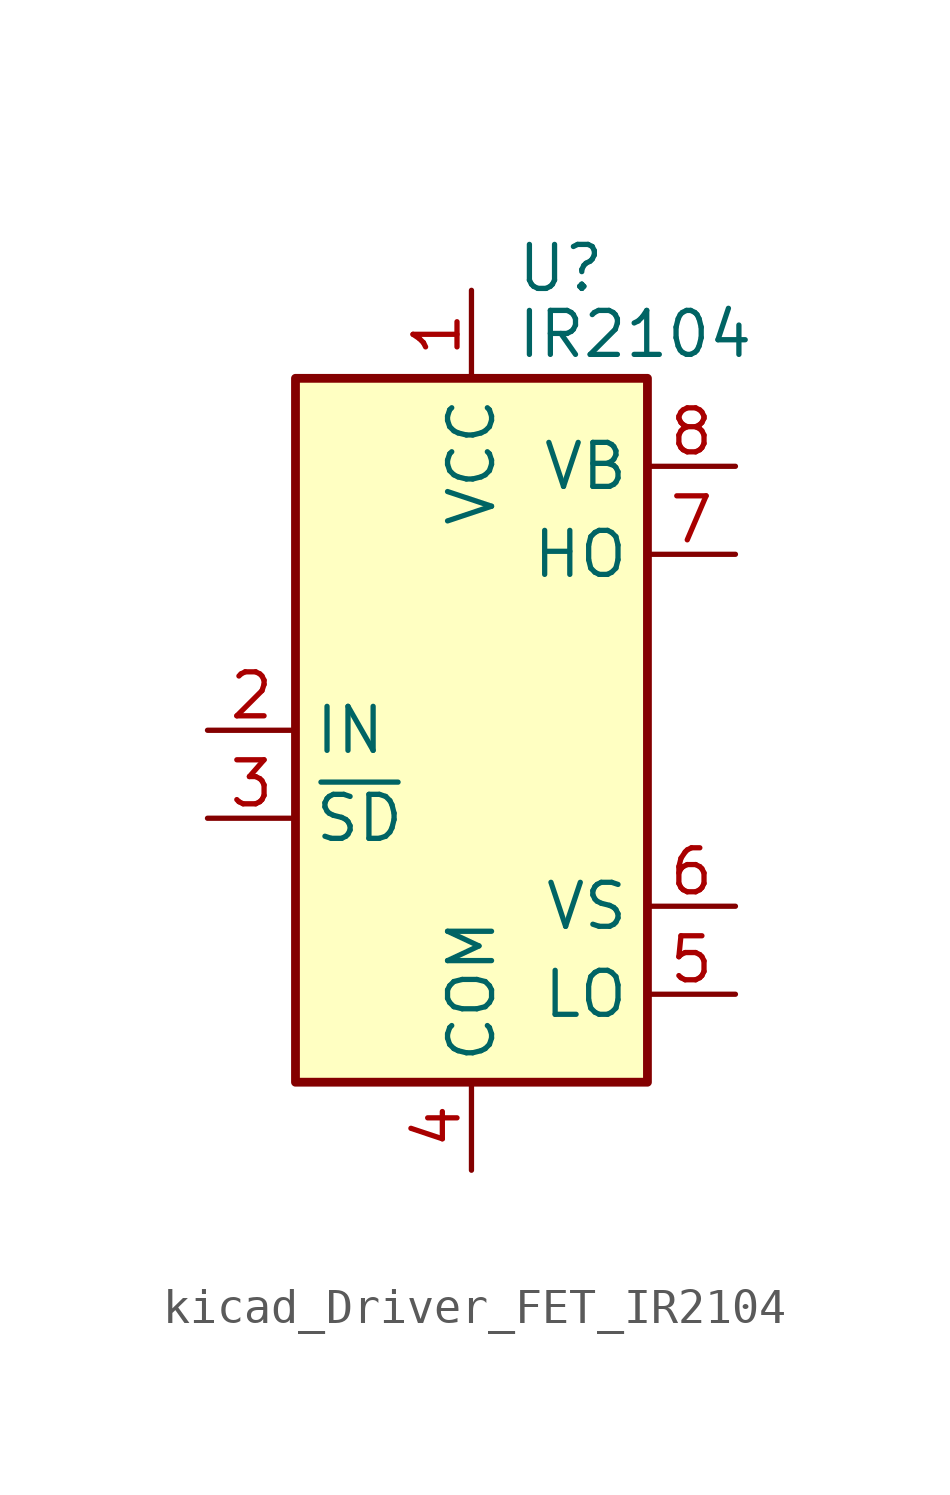
<source format=kicad_sym>
(kicad_symbol_lib
  (version 20220914)
  (generator kicad_symbol_editor)
  (symbol "kicad_Driver_FET_IR2104"
    (property "Reference" "U"
      (at 1.27 13.335 0)
      (effects (font (size 1.27 1.27)) (justify left)))
    (property "Value" "IR2104"
      (at 1.27 11.43 0)
      (effects (font (size 1.27 1.27)) (justify left)))
    (symbol "kicad_Driver_FET_IR2104_0_1"
      (rectangle (start -5.08 -10.16) (end 5.08 10.16) (stroke (width 0.254) (type default)) (fill (type background))))
    (symbol "kicad_Driver_FET_IR2104_1_1"
      (pin power_in line (at 0 12.7 270) (length 2.54) (name "VCC" (effects (font (size 1.27 1.27)))) (number "1" (effects (font (size 1.27 1.27)))))
      (pin input line (at -7.62 0 0) (length 2.54) (name "IN" (effects (font (size 1.27 1.27)))) (number "2" (effects (font (size 1.27 1.27)))))
      (pin input line (at -7.62 -2.54 0) (length 2.54) (name "~{SD}" (effects (font (size 1.27 1.27)))) (number "3" (effects (font (size 1.27 1.27)))))
      (pin power_in line (at 0 -12.7 90) (length 2.54) (name "COM" (effects (font (size 1.27 1.27)))) (number "4" (effects (font (size 1.27 1.27)))))
      (pin output line (at 7.62 -7.62 180) (length 2.54) (name "LO" (effects (font (size 1.27 1.27)))) (number "5" (effects (font (size 1.27 1.27)))))
      (pin passive line (at 7.62 -5.08 180) (length 2.54) (name "VS" (effects (font (size 1.27 1.27)))) (number "6" (effects (font (size 1.27 1.27)))))
      (pin output line (at 7.62 5.08 180) (length 2.54) (name "HO" (effects (font (size 1.27 1.27)))) (number "7" (effects (font (size 1.27 1.27)))))
      (pin passive line (at 7.62 7.62 180) (length 2.54) (name "VB" (effects (font (size 1.27 1.27)))) (number "8" (effects (font (size 1.27 1.27))))))))
</source>
